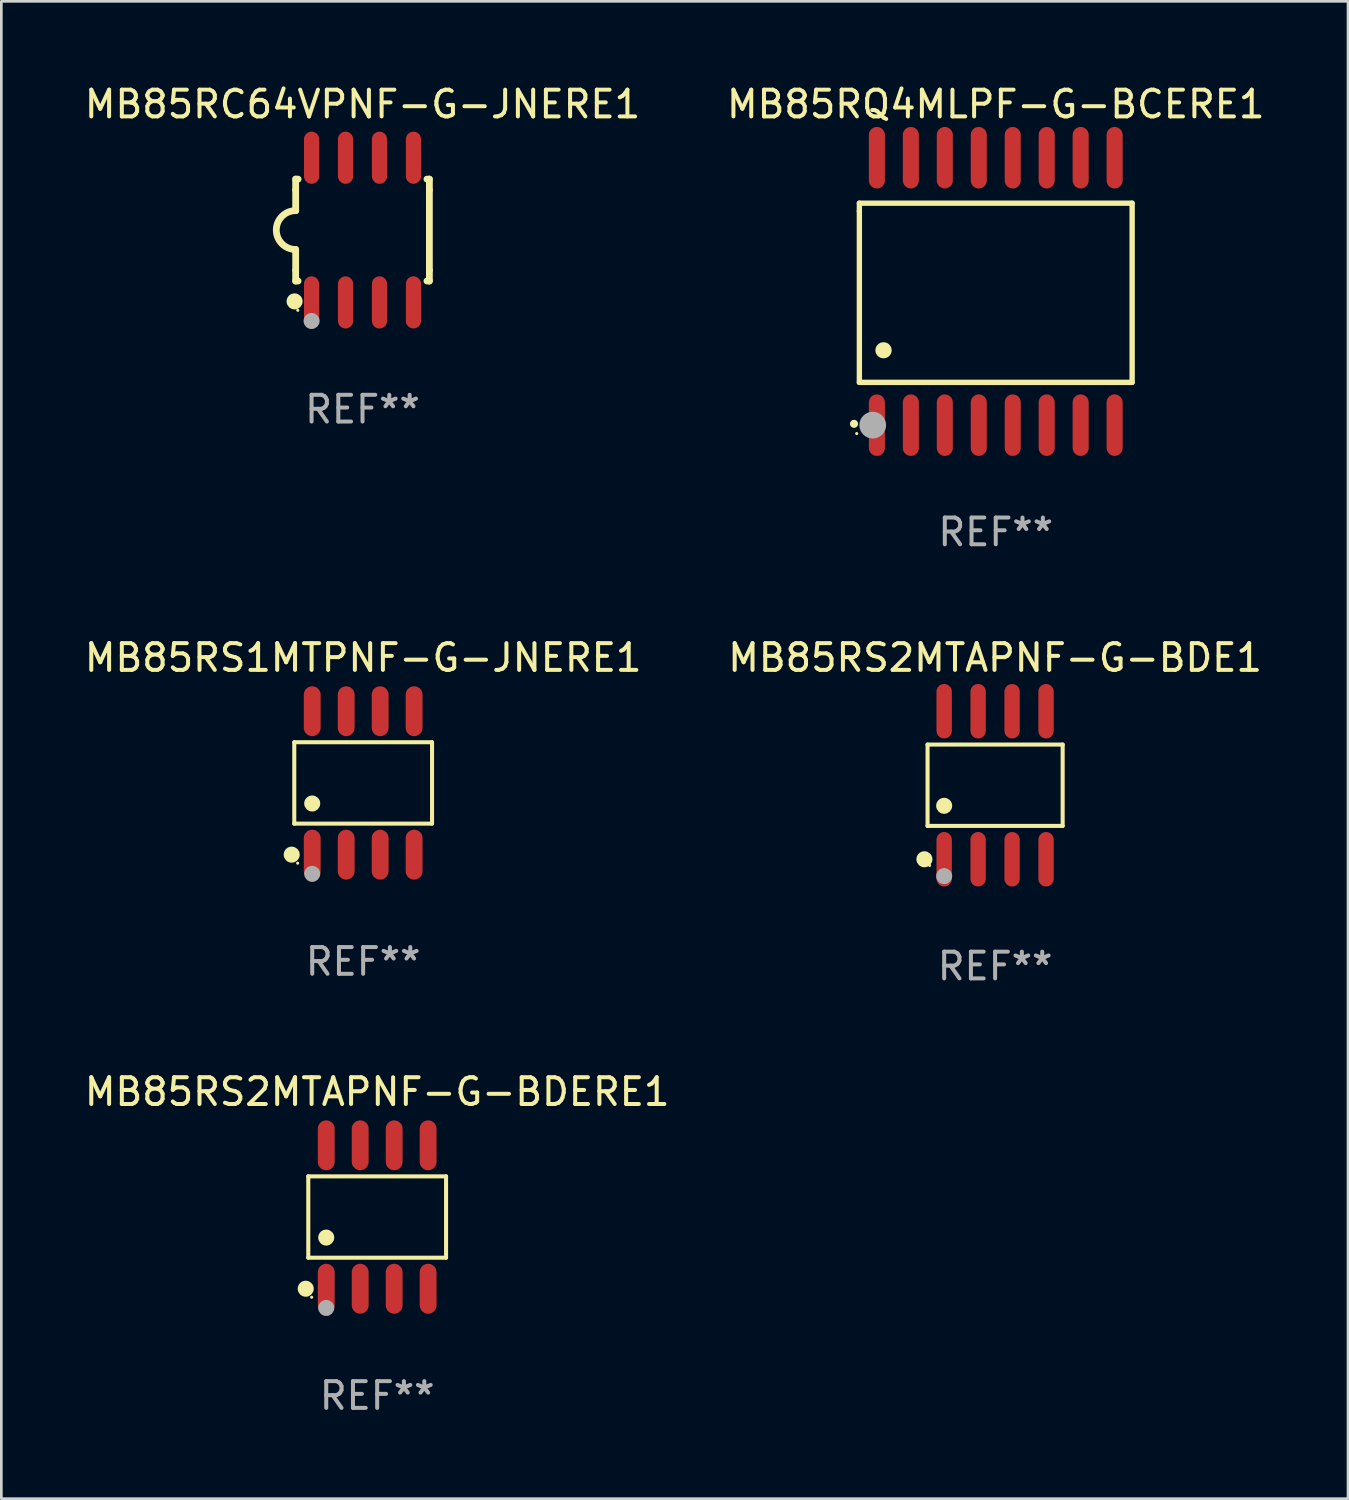
<source format=kicad_pcb>
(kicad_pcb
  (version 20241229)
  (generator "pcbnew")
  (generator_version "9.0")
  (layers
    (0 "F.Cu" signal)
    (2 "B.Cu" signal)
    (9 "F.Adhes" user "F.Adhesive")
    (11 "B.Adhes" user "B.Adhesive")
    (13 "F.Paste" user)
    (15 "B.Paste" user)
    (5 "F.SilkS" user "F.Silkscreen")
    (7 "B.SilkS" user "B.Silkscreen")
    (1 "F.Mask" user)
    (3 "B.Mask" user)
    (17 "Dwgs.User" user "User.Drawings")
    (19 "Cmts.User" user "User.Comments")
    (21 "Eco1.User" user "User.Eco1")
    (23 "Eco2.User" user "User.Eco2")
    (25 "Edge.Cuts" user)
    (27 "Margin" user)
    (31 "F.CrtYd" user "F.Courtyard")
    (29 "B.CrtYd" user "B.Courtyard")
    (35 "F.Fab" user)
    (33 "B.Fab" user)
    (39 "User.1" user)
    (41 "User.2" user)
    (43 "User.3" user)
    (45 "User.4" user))
  (footprint "MB85RS1MTPNF-G-JNERE1"
    (layer "F.Cu")
    (at 10.53 26.227)
    (property "Reference" "MB85RS1MTPNF-G-JNERE1" (at 0 -4.682 0) (layer "F.SilkS") (effects (font (size 1 1) (thickness 0.15))))
    (attr through_hole)
    (fp_line (start -2.576 -1.521) (end 2.576 -1.521) (stroke (width 0.152) (type solid)) (layer "F.SilkS"))
    (fp_line (start -2.576 1.521) (end -2.576 -1.521) (stroke (width 0.152) (type solid)) (layer "F.SilkS"))
    (fp_line (start 2.576 -1.521) (end 2.576 1.521) (stroke (width 0.152) (type solid)) (layer "F.SilkS"))
    (fp_line (start 2.576 1.521) (end -2.576 1.521) (stroke (width 0.152) (type solid)) (layer "F.SilkS"))
    (fp_circle (center -2.672 2.682) (end -2.522 2.682) (stroke (width 0.3) (type solid)) (fill no) (layer "F.SilkS"))
    (fp_circle (center -2.45 3) (end -2.42 3) (stroke (width 0.06) (type solid)) (fill no) (layer "F.SilkS"))
    (fp_circle (center -1.905 0.769) (end -1.755 0.769) (stroke (width 0.3) (type solid)) (fill no) (layer "F.SilkS"))
    (fp_circle (center -1.905 3.4) (end -1.755 3.4) (stroke (width 0.3) (type solid)) (fill no) (layer "F.Fab"))
    (fp_text user "REF**" (at 0 6.682 0) (layer "F.Fab") (effects (font (size 1 1) (thickness 0.15))))
    (pad "1" smd oval (at -1.905 2.682) (size 0.63 1.865) (layers "F.Cu" "F.Mask" "F.Paste"))
    (pad "2" smd oval (at -0.635 2.682) (size 0.63 1.865) (layers "F.Cu" "F.Mask" "F.Paste"))
    (pad "3" smd oval (at 0.635 2.682) (size 0.63 1.865) (layers "F.Cu" "F.Mask" "F.Paste"))
    (pad "4" smd oval (at 1.905 2.682) (size 0.63 1.865) (layers "F.Cu" "F.Mask" "F.Paste"))
    (pad "5" smd oval (at 1.905 -2.682) (size 0.63 1.865) (layers "F.Cu" "F.Mask" "F.Paste"))
    (pad "6" smd oval (at 0.635 -2.682) (size 0.63 1.865) (layers "F.Cu" "F.Mask" "F.Paste"))
    (pad "7" smd oval (at -0.635 -2.682) (size 0.63 1.865) (layers "F.Cu" "F.Mask" "F.Paste"))
    (pad "8" smd oval (at -1.905 -2.682) (size 0.63 1.865) (layers "F.Cu" "F.Mask" "F.Paste")))
  (footprint "MB85RS2MTAPNF-G-BDERE1"
    (layer "F.Cu")
    (at 11.054 42.459)
    (property "Reference" "MB85RS2MTAPNF-G-BDERE1" (at 0 -4.682 0) (layer "F.SilkS") (effects (font (size 1 1) (thickness 0.15))))
    (attr through_hole)
    (fp_line (start -2.576 -1.521) (end 2.576 -1.521) (stroke (width 0.152) (type solid)) (layer "F.SilkS"))
    (fp_line (start -2.576 1.521) (end -2.576 -1.521) (stroke (width 0.152) (type solid)) (layer "F.SilkS"))
    (fp_line (start 2.576 -1.521) (end 2.576 1.521) (stroke (width 0.152) (type solid)) (layer "F.SilkS"))
    (fp_line (start 2.576 1.521) (end -2.576 1.521) (stroke (width 0.152) (type solid)) (layer "F.SilkS"))
    (fp_circle (center -2.672 2.682) (end -2.522 2.682) (stroke (width 0.3) (type solid)) (fill no) (layer "F.SilkS"))
    (fp_circle (center -2.45 3) (end -2.42 3) (stroke (width 0.06) (type solid)) (fill no) (layer "F.SilkS"))
    (fp_circle (center -1.905 0.769) (end -1.755 0.769) (stroke (width 0.3) (type solid)) (fill no) (layer "F.SilkS"))
    (fp_circle (center -1.905 3.4) (end -1.755 3.4) (stroke (width 0.3) (type solid)) (fill no) (layer "F.Fab"))
    (fp_text user "REF**" (at 0 6.682 0) (layer "F.Fab") (effects (font (size 1 1) (thickness 0.15))))
    (pad "1" smd oval (at -1.905 2.682) (size 0.63 1.865) (layers "F.Cu" "F.Mask" "F.Paste"))
    (pad "2" smd oval (at -0.635 2.682) (size 0.63 1.865) (layers "F.Cu" "F.Mask" "F.Paste"))
    (pad "3" smd oval (at 0.635 2.682) (size 0.63 1.865) (layers "F.Cu" "F.Mask" "F.Paste"))
    (pad "4" smd oval (at 1.905 2.682) (size 0.63 1.865) (layers "F.Cu" "F.Mask" "F.Paste"))
    (pad "5" smd oval (at 1.905 -2.682) (size 0.63 1.865) (layers "F.Cu" "F.Mask" "F.Paste"))
    (pad "6" smd oval (at 0.635 -2.682) (size 0.63 1.865) (layers "F.Cu" "F.Mask" "F.Paste"))
    (pad "7" smd oval (at -0.635 -2.682) (size 0.63 1.865) (layers "F.Cu" "F.Mask" "F.Paste"))
    (pad "8" smd oval (at -1.905 -2.682) (size 0.63 1.865) (layers "F.Cu" "F.Mask" "F.Paste")))
  (footprint "MB85RQ4MLPF-G-BCERE1"
    (layer "F.Cu")
    (at 34.185 7.848)
    (property "Reference" "MB85RQ4MLPF-G-BCERE1" (at 0 -7 0) (layer "F.SilkS") (effects (font (size 1 1) (thickness 0.15))))
    (attr through_hole)
    (fp_line (start -5.1 -3.3) (end -5.1 -3) (stroke (width 0.2) (type solid)) (layer "F.SilkS"))
    (fp_line (start -5.1 -3) (end -5.1 3.4) (stroke (width 0.2) (type solid)) (layer "F.SilkS"))
    (fp_line (start -5.1 3.4) (end 5.1 3.4) (stroke (width 0.2) (type solid)) (layer "F.SilkS"))
    (fp_line (start 5.1 -3.3) (end -5.1 -3.3) (stroke (width 0.2) (type solid)) (layer "F.SilkS"))
    (fp_line (start 5.1 3.4) (end 5.1 -3.3) (stroke (width 0.2) (type solid)) (layer "F.SilkS"))
    (fp_arc (start -5.300991 4.950495) (mid -5.299721 4.95049) (end -5.298451 4.950495) (stroke (width 0.3) (type solid)) (layer "F.SilkS"))
    (fp_arc (start -4.2 2.200025) (mid -4.19619 2.200001) (end -4.19238 2.200025) (stroke (width 0.6) (type solid)) (layer "F.SilkS"))
    (fp_circle (center -5.2 5.315) (end -5.17 5.315) (stroke (width 0.06) (type solid)) (fill no) (layer "F.SilkS"))
    (fp_circle (center -4.6 5) (end -4.35 5) (stroke (width 0.5) (type solid)) (fill no) (layer "F.Fab"))
    (fp_text user "REF**" (at 0 9 0) (layer "F.Fab") (effects (font (size 1 1) (thickness 0.15))))
    (pad "1" smd oval (at -4.445 5 180) (size 0.6 2.3) (layers "F.Cu" "F.Mask" "F.Paste"))
    (pad "2" smd oval (at -3.175 5 180) (size 0.6 2.3) (layers "F.Cu" "F.Mask" "F.Paste"))
    (pad "3" smd oval (at -1.905 5 180) (size 0.6 2.3) (layers "F.Cu" "F.Mask" "F.Paste"))
    (pad "4" smd oval (at -0.635 5 180) (size 0.6 2.3) (layers "F.Cu" "F.Mask" "F.Paste"))
    (pad "5" smd oval (at 0.635 5 180) (size 0.6 2.3) (layers "F.Cu" "F.Mask" "F.Paste"))
    (pad "6" smd oval (at 1.905 5 180) (size 0.6 2.3) (layers "F.Cu" "F.Mask" "F.Paste"))
    (pad "7" smd oval (at 3.175 5 180) (size 0.6 2.3) (layers "F.Cu" "F.Mask" "F.Paste"))
    (pad "8" smd oval (at 4.445 5 180) (size 0.6 2.3) (layers "F.Cu" "F.Mask" "F.Paste"))
    (pad "9" smd oval (at 4.445 -5 180) (size 0.6 2.3) (layers "F.Cu" "F.Mask" "F.Paste"))
    (pad "10" smd oval (at 3.175 -5 180) (size 0.6 2.3) (layers "F.Cu" "F.Mask" "F.Paste"))
    (pad "11" smd oval (at 1.905 -5 180) (size 0.6 2.3) (layers "F.Cu" "F.Mask" "F.Paste"))
    (pad "12" smd oval (at 0.635 -5 180) (size 0.6 2.3) (layers "F.Cu" "F.Mask" "F.Paste"))
    (pad "13" smd oval (at -0.635 -5 180) (size 0.6 2.3) (layers "F.Cu" "F.Mask" "F.Paste"))
    (pad "14" smd oval (at -1.905 -5 180) (size 0.6 2.3) (layers "F.Cu" "F.Mask" "F.Paste"))
    (pad "15" smd oval (at -3.175 -5 180) (size 0.6 2.3) (layers "F.Cu" "F.Mask" "F.Paste"))
    (pad "16" smd oval (at -4.445 -5 180) (size 0.6 2.3) (layers "F.Cu" "F.Mask" "F.Paste")))
  (footprint "MB85RS2MTAPNF-G-BDE1"
    (layer "F.Cu")
    (at 34.161 26.313)
    (property "Reference" "MB85RS2MTAPNF-G-BDE1" (at 0 -4.768 0) (layer "F.SilkS") (effects (font (size 1 1) (thickness 0.15))))
    (attr through_hole)
    (fp_line (start -2.526 -1.521) (end 2.526 -1.521) (stroke (width 0.152) (type solid)) (layer "F.SilkS"))
    (fp_line (start -2.526 1.521) (end -2.526 -1.521) (stroke (width 0.152) (type solid)) (layer "F.SilkS"))
    (fp_line (start 2.526 -1.521) (end 2.526 1.521) (stroke (width 0.152) (type solid)) (layer "F.SilkS"))
    (fp_line (start 2.526 1.521) (end -2.526 1.521) (stroke (width 0.152) (type solid)) (layer "F.SilkS"))
    (fp_circle (center -2.644 2.768) (end -2.494 2.768) (stroke (width 0.3) (type solid)) (fill no) (layer "F.SilkS"))
    (fp_circle (center -2.45 2.998) (end -2.42 2.998) (stroke (width 0.06) (type solid)) (fill no) (layer "F.SilkS"))
    (fp_circle (center -1.905 0.769) (end -1.755 0.769) (stroke (width 0.3) (type solid)) (fill no) (layer "F.SilkS"))
    (fp_circle (center -1.905 3.398) (end -1.755 3.398) (stroke (width 0.3) (type solid)) (fill no) (layer "F.Fab"))
    (fp_text user "REF**" (at 0 6.768 0) (layer "F.Fab") (effects (font (size 1 1) (thickness 0.15))))
    (pad "1" smd oval (at -1.905 2.768) (size 0.574 2.036) (layers "F.Cu" "F.Mask" "F.Paste"))
    (pad "2" smd oval (at -0.635 2.768) (size 0.574 2.036) (layers "F.Cu" "F.Mask" "F.Paste"))
    (pad "3" smd oval (at 0.635 2.768) (size 0.574 2.036) (layers "F.Cu" "F.Mask" "F.Paste"))
    (pad "4" smd oval (at 1.905 2.768) (size 0.574 2.036) (layers "F.Cu" "F.Mask" "F.Paste"))
    (pad "5" smd oval (at 1.905 -2.768) (size 0.574 2.036) (layers "F.Cu" "F.Mask" "F.Paste"))
    (pad "6" smd oval (at 0.635 -2.768) (size 0.574 2.036) (layers "F.Cu" "F.Mask" "F.Paste"))
    (pad "7" smd oval (at -0.635 -2.768) (size 0.574 2.036) (layers "F.Cu" "F.Mask" "F.Paste"))
    (pad "8" smd oval (at -1.905 -2.768) (size 0.574 2.036) (layers "F.Cu" "F.Mask" "F.Paste")))
  (footprint "MB85RC64VPNF-G-JNERE1"
    (layer "F.Cu")
    (at 10.506 5.553)
    (property "Reference" "MB85RC64VPNF-G-JNERE1" (at 0 -4.705 0) (layer "F.SilkS") (effects (font (size 1 1) (thickness 0.15))))
    (attr through_hole)
    (fp_line (start -2.5 -1.905) (end -2.409 -1.905) (stroke (width 0.254) (type solid)) (layer "F.SilkS"))
    (fp_line (start -2.5 -1.5) (end -2.5 -1.905) (stroke (width 0.254) (type solid)) (layer "F.SilkS"))
    (fp_line (start -2.5 -1.5) (end -2.5 -0.726) (stroke (width 0.254) (type solid)) (layer "F.SilkS"))
    (fp_line (start -2.5 1.5) (end -2.5 0.727) (stroke (width 0.254) (type solid)) (layer "F.SilkS"))
    (fp_line (start -2.5 1.5) (end -2.5 1.905) (stroke (width 0.254) (type solid)) (layer "F.SilkS"))
    (fp_line (start -2.5 1.905) (end -2.409 1.905) (stroke (width 0.254) (type solid)) (layer "F.SilkS"))
    (fp_line (start 2.5 -1.905) (end 2.409 -1.905) (stroke (width 0.254) (type solid)) (layer "F.SilkS"))
    (fp_line (start 2.5 -1.5) (end 2.5 -1.905) (stroke (width 0.254) (type solid)) (layer "F.SilkS"))
    (fp_line (start 2.5 -1.5) (end 2.5 1.5) (stroke (width 0.254) (type solid)) (layer "F.SilkS"))
    (fp_line (start 2.5 1.5) (end 2.5 1.905) (stroke (width 0.254) (type solid)) (layer "F.SilkS"))
    (fp_line (start 2.5 1.905) (end 2.409 1.905) (stroke (width 0.254) (type solid)) (layer "F.SilkS"))
    (fp_arc (start -2.5 0.726568) (mid -3.220316 -0.0023) (end -2.495097 -0.726289) (stroke (width 0.254001) (type solid)) (layer "F.SilkS"))
    (fp_circle (center -2.54 2.667) (end -2.39 2.667) (stroke (width 0.3) (type solid)) (fill no) (layer "F.SilkS"))
    (fp_circle (center -2.42 3) (end -2.39 3) (stroke (width 0.06) (type solid)) (fill no) (layer "F.SilkS"))
    (fp_circle (center -1.905 3.4) (end -1.755 3.4) (stroke (width 0.3) (type solid)) (fill no) (layer "F.Fab"))
    (fp_text user "REF**" (at 0 6.705 0) (layer "F.Fab") (effects (font (size 1 1) (thickness 0.15))))
    (pad "1" smd oval (at -1.905 2.705) (size 0.568 1.95) (layers "F.Cu" "F.Mask" "F.Paste"))
    (pad "2" smd oval (at -0.635 2.705) (size 0.568 1.95) (layers "F.Cu" "F.Mask" "F.Paste"))
    (pad "3" smd oval (at 0.635 2.705) (size 0.568 1.95) (layers "F.Cu" "F.Mask" "F.Paste"))
    (pad "4" smd oval (at 1.905 2.705) (size 0.568 1.95) (layers "F.Cu" "F.Mask" "F.Paste"))
    (pad "5" smd oval (at 1.905 -2.705) (size 0.568 1.95) (layers "F.Cu" "F.Mask" "F.Paste"))
    (pad "6" smd oval (at 0.635 -2.705) (size 0.568 1.95) (layers "F.Cu" "F.Mask" "F.Paste"))
    (pad "7" smd oval (at -0.635 -2.705) (size 0.568 1.95) (layers "F.Cu" "F.Mask" "F.Paste"))
    (pad "8" smd oval (at -1.905 -2.705) (size 0.568 1.95) (layers "F.Cu" "F.Mask" "F.Paste")))
  (gr_rect
    (start -3 -3)
    (end 47.357 52.99)
    (stroke (width 0.1) (type default))
    (fill no)
    (layer "Edge.Cuts")))
</source>
